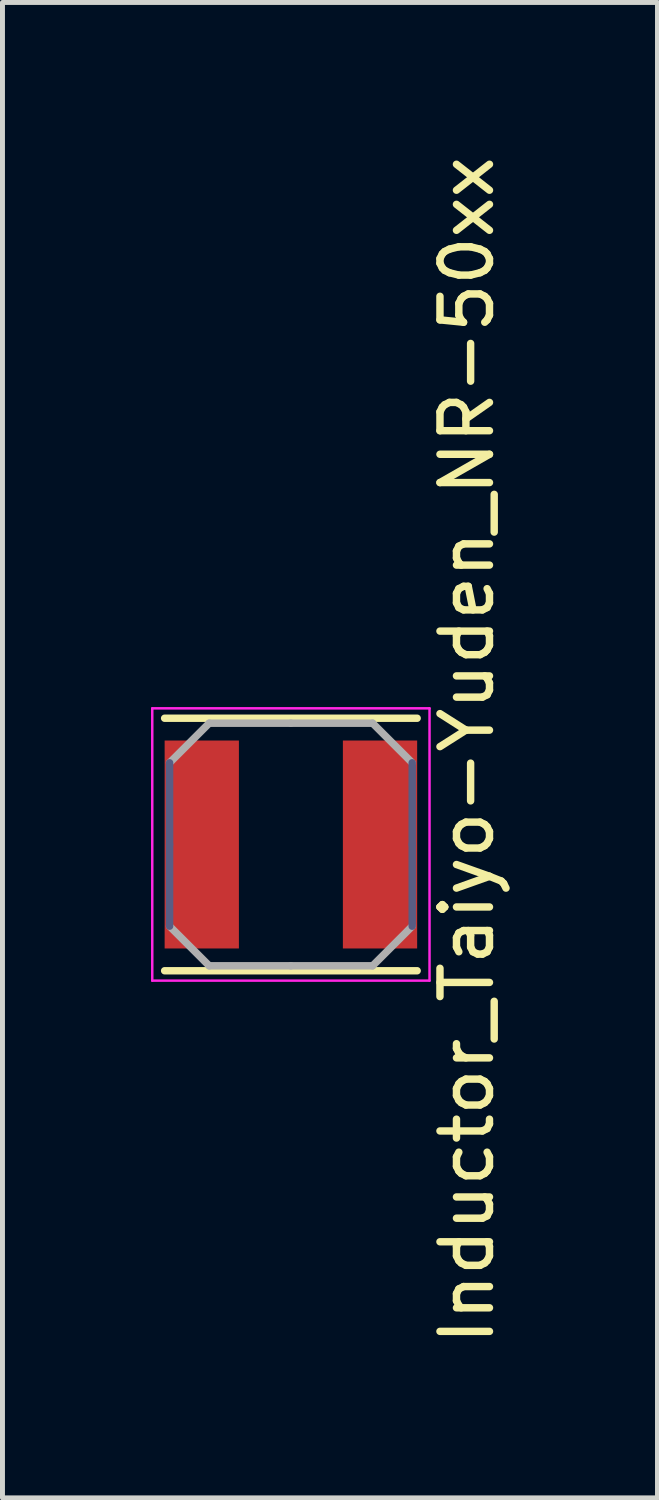
<source format=kicad_pcb>
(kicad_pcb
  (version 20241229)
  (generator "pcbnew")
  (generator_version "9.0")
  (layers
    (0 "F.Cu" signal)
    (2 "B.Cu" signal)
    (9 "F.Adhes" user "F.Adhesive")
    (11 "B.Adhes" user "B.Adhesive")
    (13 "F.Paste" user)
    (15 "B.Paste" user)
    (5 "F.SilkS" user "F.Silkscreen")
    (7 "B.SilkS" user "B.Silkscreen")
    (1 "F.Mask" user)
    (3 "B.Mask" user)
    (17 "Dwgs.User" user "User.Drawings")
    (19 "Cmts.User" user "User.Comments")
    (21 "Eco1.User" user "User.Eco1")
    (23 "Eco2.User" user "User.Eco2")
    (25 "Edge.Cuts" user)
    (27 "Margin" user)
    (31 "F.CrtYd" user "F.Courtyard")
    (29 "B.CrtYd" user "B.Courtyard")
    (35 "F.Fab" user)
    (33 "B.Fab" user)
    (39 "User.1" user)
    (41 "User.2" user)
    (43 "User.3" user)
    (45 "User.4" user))
  (footprint "Inductor_Taiyo-Yuden_NR-50xx"
    (layer "F.Cu")
    (at 2.825 14.006)
    (property "Reference" "Inductor_Taiyo-Yuden_NR-50xx" (at 3.556 -1.905 90) (layer "F.SilkS") (effects (font (size 1 1) (thickness 0.15))))
    (attr smd)
    (fp_line (start -2.55 -2.55) (end 2.55 -2.55) (stroke (width 0.15) (type solid)) (layer "F.SilkS"))
    (fp_line (start -2.55 2.55) (end 2.55 2.55) (stroke (width 0.15) (type solid)) (layer "F.SilkS"))
    (fp_line (start -2.8 -2.75) (end -2.8 2.75) (stroke (width 0.05) (type solid)) (layer "F.CrtYd"))
    (fp_line (start -2.8 2.75) (end 2.8 2.75) (stroke (width 0.05) (type solid)) (layer "F.CrtYd"))
    (fp_line (start 2.8 -2.75) (end -2.8 -2.75) (stroke (width 0.05) (type solid)) (layer "F.CrtYd"))
    (fp_line (start 2.8 2.75) (end 2.8 -2.75) (stroke (width 0.05) (type solid)) (layer "F.CrtYd"))
    (fp_line (start -2.45 0) (end -2.45 -1.65) (stroke (width 0.15) (type solid)) (layer "B.Fab"))
    (fp_line (start -2.45 0) (end -2.45 1.65) (stroke (width 0.15) (type solid)) (layer "B.Fab"))
    (fp_line (start 2.45 0) (end 2.45 -1.65) (stroke (width 0.15) (type solid)) (layer "B.Fab"))
    (fp_line (start 2.45 0) (end 2.45 1.65) (stroke (width 0.15) (type solid)) (layer "B.Fab"))
    (fp_line (start -2.45 -1.65) (end -1.65 -2.45) (stroke (width 0.15) (type solid)) (layer "F.Fab"))
    (fp_line (start -2.45 1.65) (end -1.65 2.45) (stroke (width 0.15) (type solid)) (layer "F.Fab"))
    (fp_line (start -1.65 -2.45) (end 0 -2.45) (stroke (width 0.15) (type solid)) (layer "F.Fab"))
    (fp_line (start -1.65 2.45) (end 0 2.45) (stroke (width 0.15) (type solid)) (layer "F.Fab"))
    (fp_line (start 1.65 -2.45) (end 0 -2.45) (stroke (width 0.15) (type solid)) (layer "F.Fab"))
    (fp_line (start 1.65 2.45) (end 0 2.45) (stroke (width 0.15) (type solid)) (layer "F.Fab"))
    (fp_line (start 2.45 -1.65) (end 1.65 -2.45) (stroke (width 0.15) (type solid)) (layer "F.Fab"))
    (fp_line (start 2.45 1.65) (end 1.65 2.45) (stroke (width 0.15) (type solid)) (layer "F.Fab"))
    (pad "1" smd rect (at -1.8 0) (size 1.5 4.2) (layers "F.Cu" "F.Mask" "F.Paste"))
    (pad "2" smd rect (at 1.8 0) (size 1.5 4.2) (layers "F.Cu" "F.Mask" "F.Paste")))
  (gr_rect
    (start -3 -3)
    (end 10.229 27.202)
    (stroke (width 0.1) (type default))
    (fill no)
    (layer "Edge.Cuts")))
</source>
